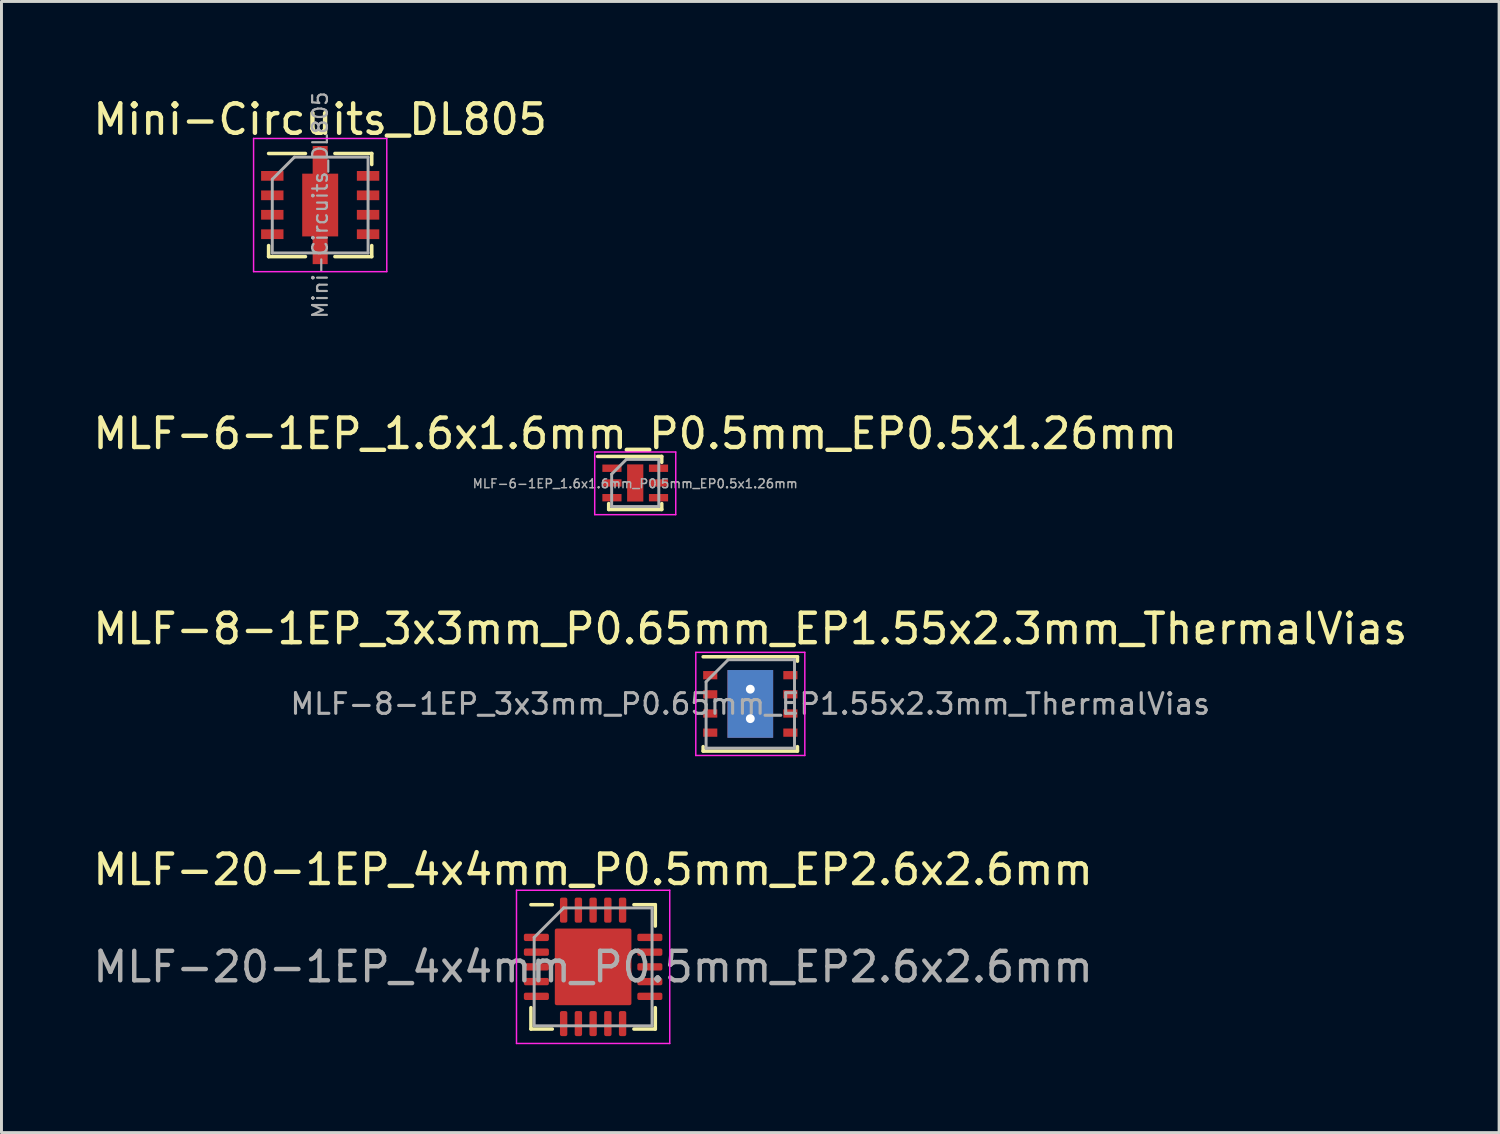
<source format=kicad_pcb>
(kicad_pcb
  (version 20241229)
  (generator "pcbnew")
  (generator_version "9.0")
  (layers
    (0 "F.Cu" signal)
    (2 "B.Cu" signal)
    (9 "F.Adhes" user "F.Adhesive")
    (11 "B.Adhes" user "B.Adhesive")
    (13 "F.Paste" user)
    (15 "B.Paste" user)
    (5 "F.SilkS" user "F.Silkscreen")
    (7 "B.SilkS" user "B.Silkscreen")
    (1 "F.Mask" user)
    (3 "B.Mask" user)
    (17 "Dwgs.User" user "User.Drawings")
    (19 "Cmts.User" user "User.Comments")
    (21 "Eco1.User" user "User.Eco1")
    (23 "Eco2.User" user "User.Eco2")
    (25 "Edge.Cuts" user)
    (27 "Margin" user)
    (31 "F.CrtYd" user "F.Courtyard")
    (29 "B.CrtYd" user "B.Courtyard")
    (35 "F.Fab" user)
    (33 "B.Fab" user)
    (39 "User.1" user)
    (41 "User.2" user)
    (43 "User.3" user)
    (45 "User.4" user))
  (footprint "MLF-6-1EP_1.6x1.6mm_P0.5mm_EP0.5x1.26mm"
    (layer "F.Cu")
    (at 18.506 13.339)
    (property "Reference" "MLF-6-1EP_1.6x1.6mm_P0.5mm_EP0.5x1.26mm" (at 0 -1.675 0) (layer "F.SilkS") (effects (font (size 1 1) (thickness 0.15))))
    (attr smd)
    (fp_line (start -0.9 0.9) (end -0.9 0.7) (stroke (width 0.12) (type solid)) (layer "F.SilkS"))
    (fp_line (start 0.9 -0.9) (end -1.275 -0.9) (stroke (width 0.12) (type solid)) (layer "F.SilkS"))
    (fp_line (start 0.9 -0.7) (end 0.9 -0.9) (stroke (width 0.12) (type solid)) (layer "F.SilkS"))
    (fp_line (start 0.9 0.9) (end -0.9 0.9) (stroke (width 0.12) (type solid)) (layer "F.SilkS"))
    (fp_line (start 0.9 0.9) (end 0.9 0.7) (stroke (width 0.12) (type solid)) (layer "F.SilkS"))
    (fp_line (start -1.375 -1.05) (end -1.375 1.075) (stroke (width 0.05) (type solid)) (layer "F.CrtYd"))
    (fp_line (start -1.375 1.075) (end 1.375 1.075) (stroke (width 0.05) (type solid)) (layer "F.CrtYd"))
    (fp_line (start 1.375 -1.05) (end -1.375 -1.05) (stroke (width 0.05) (type solid)) (layer "F.CrtYd"))
    (fp_line (start 1.375 -1.05) (end 1.375 1.075) (stroke (width 0.05) (type solid)) (layer "F.CrtYd"))
    (fp_line (start -0.8 -0.3) (end -0.8 0.8) (stroke (width 0.1) (type solid)) (layer "F.Fab"))
    (fp_line (start -0.8 0.8) (end 0.8 0.8) (stroke (width 0.1) (type solid)) (layer "F.Fab"))
    (fp_line (start -0.3 -0.8) (end -0.8 -0.3) (stroke (width 0.1) (type solid)) (layer "F.Fab"))
    (fp_line (start -0.3 -0.8) (end 0.8 -0.8) (stroke (width 0.1) (type solid)) (layer "F.Fab"))
    (fp_line (start 0.8 -0.8) (end 0.8 0.8) (stroke (width 0.1) (type solid)) (layer "F.Fab"))
    (fp_text user "${REFERENCE}" (at 0 0.025 0) (layer "F.Fab") (effects (font (size 0.3 0.3) (thickness 0.05))))
    (pad "1" smd rect (at -0.79 -0.5 90) (size 0.25 0.65) (layers "F.Cu" "F.Mask" "F.Paste"))
    (pad "2" smd rect (at -0.79 0 90) (size 0.25 0.65) (layers "F.Cu" "F.Mask" "F.Paste"))
    (pad "3" smd rect (at -0.79 0.5 90) (size 0.25 0.65) (layers "F.Cu" "F.Mask" "F.Paste"))
    (pad "4" smd rect (at 0.79 0.5 90) (size 0.25 0.65) (layers "F.Cu" "F.Mask" "F.Paste"))
    (pad "5" smd rect (at 0.79 0 90) (size 0.25 0.65) (layers "F.Cu" "F.Mask" "F.Paste"))
    (pad "6" smd rect (at 0.79 -0.5 90) (size 0.25 0.65) (layers "F.Cu" "F.Mask" "F.Paste"))
    (pad "7" smd rect (at 0 0 90) (size 1.26 0.55) (layers "F.Cu" "F.Mask" "F.Paste")))
  (footprint "Mini-Circuits_DL805"
    (layer "F.Cu")
    (at 7.815 3.908)
    (property "Reference" "Mini-Circuits_DL805" (at 0 -2.907 0) (layer "F.SilkS") (effects (font (size 1 1) (thickness 0.15))))
    (attr smd)
    (fp_line (start -1.75 1.75) (end -1.75 1.375) (stroke (width 0.12) (type solid)) (layer "F.SilkS"))
    (fp_line (start -0.5 -1.75) (end -1.75 -1.75) (stroke (width 0.12) (type solid)) (layer "F.SilkS"))
    (fp_line (start -0.5 1.75) (end -1.75 1.75) (stroke (width 0.12) (type solid)) (layer "F.SilkS"))
    (fp_line (start 0.5 -1.75) (end 1.75 -1.75) (stroke (width 0.12) (type solid)) (layer "F.SilkS"))
    (fp_line (start 1.75 -1.75) (end 1.75 -1.375) (stroke (width 0.12) (type solid)) (layer "F.SilkS"))
    (fp_line (start 1.75 1.375) (end 1.75 1.75) (stroke (width 0.12) (type solid)) (layer "F.SilkS"))
    (fp_line (start 1.75 1.75) (end 0.5 1.75) (stroke (width 0.12) (type solid)) (layer "F.SilkS"))
    (fp_line (start -2.26 -2.26) (end -2.26 2.26) (stroke (width 0.05) (type solid)) (layer "F.CrtYd"))
    (fp_line (start -2.26 2.26) (end 2.26 2.26) (stroke (width 0.05) (type solid)) (layer "F.CrtYd"))
    (fp_line (start 2.26 -2.26) (end -2.26 -2.26) (stroke (width 0.05) (type solid)) (layer "F.CrtYd"))
    (fp_line (start 2.26 2.26) (end 2.26 -2.26) (stroke (width 0.05) (type solid)) (layer "F.CrtYd"))
    (fp_line (start -1.625 -0.875) (end -0.875 -1.625) (stroke (width 0.1) (type solid)) (layer "F.Fab"))
    (fp_line (start -1.625 1.625) (end -1.625 -0.875) (stroke (width 0.1) (type solid)) (layer "F.Fab"))
    (fp_line (start -0.875 -1.625) (end 1.625 -1.625) (stroke (width 0.1) (type solid)) (layer "F.Fab"))
    (fp_line (start 1.625 -1.625) (end 1.625 1.625) (stroke (width 0.1) (type solid)) (layer "F.Fab"))
    (fp_line (start 1.625 1.625) (end -1.625 1.625) (stroke (width 0.1) (type solid)) (layer "F.Fab"))
    (fp_text user "${REFERENCE}" (at 0 0 270) (layer "F.Fab") (effects (font (size 0.5 0.5) (thickness 0.075))))
    (pad "1" smd rect (at -1.625 -0.99 270) (size 0.33 0.76) (layers "F.Cu" "F.Mask" "F.Paste"))
    (pad "2" smd rect (at -1.625 -0.33 270) (size 0.33 0.76) (layers "F.Cu" "F.Mask" "F.Paste"))
    (pad "3" smd rect (at -1.625 0.33 270) (size 0.33 0.76) (layers "F.Cu" "F.Mask" "F.Paste"))
    (pad "4" smd rect (at -1.625 0.99 270) (size 0.33 0.76) (layers "F.Cu" "F.Mask" "F.Paste"))
    (pad "5" smd rect (at 1.625 0.99 270) (size 0.33 0.76) (layers "F.Cu" "F.Mask" "F.Paste"))
    (pad "6" smd rect (at 1.625 0.33 270) (size 0.33 0.76) (layers "F.Cu" "F.Mask" "F.Paste"))
    (pad "7" smd rect (at 1.625 -0.33 270) (size 0.33 0.76) (layers "F.Cu" "F.Mask" "F.Paste"))
    (pad "8" smd rect (at 1.625 -0.99 270) (size 0.33 0.76) (layers "F.Cu" "F.Mask" "F.Paste"))
    (pad "9" smd custom (at 0 0) (size 1.22 2.13) (layers "F.Cu" "F.Mask" "F.Paste") (options (anchor rect)) (primitives (gr_poly (pts (xy -0.255 -2.005) (xy 0.255 -2.005) (xy 0.255 -1.065) (xy -0.255 -1.065)) (width 0) (fill yes)) (gr_poly (pts (xy -0.255 1.065) (xy 0.255 1.065) (xy 0.255 2.005) (xy -0.255 2.005)) (width 0) (fill yes)))))
  (footprint "MLF-8-1EP_3x3mm_P0.65mm_EP1.55x2.3mm_ThermalVias"
    (layer "F.Cu")
    (at 22.411 20.837)
    (property "Reference" "MLF-8-1EP_3x3mm_P0.65mm_EP1.55x2.3mm_ThermalVias" (at 0 -2.55 0) (layer "F.SilkS") (effects (font (size 1 1) (thickness 0.15))))
    (attr smd)
    (fp_line (start -1.6 -1.6) (end 1.6 -1.6) (stroke (width 0.12) (type solid)) (layer "F.SilkS"))
    (fp_line (start -1.6 1.6) (end -1.6 1.45) (stroke (width 0.12) (type solid)) (layer "F.SilkS"))
    (fp_line (start -1.6 1.6) (end 1.6 1.6) (stroke (width 0.12) (type solid)) (layer "F.SilkS"))
    (fp_line (start 1.6 -1.6) (end 1.6 -1.45) (stroke (width 0.12) (type solid)) (layer "F.SilkS"))
    (fp_line (start 1.6 1.6) (end 1.6 1.45) (stroke (width 0.12) (type solid)) (layer "F.SilkS"))
    (fp_line (start -1.85 -1.75) (end -1.85 1.75) (stroke (width 0.05) (type solid)) (layer "F.CrtYd"))
    (fp_line (start -1.85 -1.75) (end 1.85 -1.75) (stroke (width 0.05) (type solid)) (layer "F.CrtYd"))
    (fp_line (start -1.85 1.75) (end 1.85 1.75) (stroke (width 0.05) (type solid)) (layer "F.CrtYd"))
    (fp_line (start 1.85 -1.75) (end 1.85 1.75) (stroke (width 0.05) (type solid)) (layer "F.CrtYd"))
    (fp_line (start -1.5 -0.75) (end -0.75 -1.5) (stroke (width 0.1) (type solid)) (layer "F.Fab"))
    (fp_line (start -1.5 1.5) (end -1.5 -0.75) (stroke (width 0.1) (type solid)) (layer "F.Fab"))
    (fp_line (start -0.75 -1.5) (end 1.5 -1.5) (stroke (width 0.1) (type solid)) (layer "F.Fab"))
    (fp_line (start 1.5 -1.5) (end 1.5 1.5) (stroke (width 0.1) (type solid)) (layer "F.Fab"))
    (fp_line (start 1.5 1.5) (end -1.5 1.5) (stroke (width 0.1) (type solid)) (layer "F.Fab"))
    (fp_text user "${REFERENCE}" (at 0 0 0) (layer "F.Fab") (effects (font (size 0.7 0.7) (thickness 0.105))))
    (pad "" smd rect (at 0 -0.9) (size 1.5 0.4) (layers "F.Paste"))
    (pad "" smd rect (at 0 0) (size 1.5 0.4) (layers "F.Paste"))
    (pad "" smd rect (at 0 0.9) (size 1.5 0.4) (layers "F.Paste"))
    (pad "1" smd rect (at -1.36 -0.975) (size 0.48 0.28) (layers "F.Cu" "F.Mask" "F.Paste"))
    (pad "2" smd rect (at -1.36 -0.325) (size 0.48 0.28) (layers "F.Cu" "F.Mask" "F.Paste"))
    (pad "3" smd rect (at -1.36 0.325) (size 0.48 0.28) (layers "F.Cu" "F.Mask" "F.Paste"))
    (pad "4" smd rect (at -1.36 0.975) (size 0.48 0.28) (layers "F.Cu" "F.Mask" "F.Paste"))
    (pad "5" smd rect (at 1.36 0.975) (size 0.48 0.28) (layers "F.Cu" "F.Mask" "F.Paste"))
    (pad "6" smd rect (at 1.36 0.325) (size 0.48 0.28) (layers "F.Cu" "F.Mask" "F.Paste"))
    (pad "7" smd rect (at 1.36 -0.325) (size 0.48 0.28) (layers "F.Cu" "F.Mask" "F.Paste"))
    (pad "8" smd rect (at 1.36 -0.975) (size 0.48 0.28) (layers "F.Cu" "F.Mask" "F.Paste"))
    (pad "9" thru_hole circle (at 0 -0.5) (size 0.6 0.6) (drill 0.3) (layers "*.Cu" "*.Mask"))
    (pad "9" smd rect (at 0 0) (size 1.55 2.3) (layers "F.Cu" "F.Mask"))
    (pad "9" smd rect (at 0 0) (size 1.55 2.3) (layers "B.Cu"))
    (pad "9" thru_hole circle (at 0 0.5) (size 0.6 0.6) (drill 0.3) (layers "*.Cu" "*.Mask")))
  (footprint "MLF-20-1EP_4x4mm_P0.5mm_EP2.6x2.6mm"
    (layer "F.Cu")
    (at 17.077 29.76)
    (property "Reference" "MLF-20-1EP_4x4mm_P0.5mm_EP2.6x2.6mm" (at 0 -3.3 0) (layer "F.SilkS") (effects (font (size 1 1) (thickness 0.15))))
    (attr smd)
    (fp_line (start -2.11 2.11) (end -2.11 1.385) (stroke (width 0.12) (type solid)) (layer "F.SilkS"))
    (fp_line (start -1.385 -2.11) (end -2.11 -2.11) (stroke (width 0.12) (type solid)) (layer "F.SilkS"))
    (fp_line (start -1.385 2.11) (end -2.11 2.11) (stroke (width 0.12) (type solid)) (layer "F.SilkS"))
    (fp_line (start 1.385 -2.11) (end 2.11 -2.11) (stroke (width 0.12) (type solid)) (layer "F.SilkS"))
    (fp_line (start 1.385 2.11) (end 2.11 2.11) (stroke (width 0.12) (type solid)) (layer "F.SilkS"))
    (fp_line (start 2.11 -2.11) (end 2.11 -1.385) (stroke (width 0.12) (type solid)) (layer "F.SilkS"))
    (fp_line (start 2.11 2.11) (end 2.11 1.385) (stroke (width 0.12) (type solid)) (layer "F.SilkS"))
    (fp_line (start -2.6 -2.6) (end -2.6 2.6) (stroke (width 0.05) (type solid)) (layer "F.CrtYd"))
    (fp_line (start -2.6 2.6) (end 2.6 2.6) (stroke (width 0.05) (type solid)) (layer "F.CrtYd"))
    (fp_line (start 2.6 -2.6) (end -2.6 -2.6) (stroke (width 0.05) (type solid)) (layer "F.CrtYd"))
    (fp_line (start 2.6 2.6) (end 2.6 -2.6) (stroke (width 0.05) (type solid)) (layer "F.CrtYd"))
    (fp_line (start -2 -1) (end -1 -2) (stroke (width 0.1) (type solid)) (layer "F.Fab"))
    (fp_line (start -2 2) (end -2 -1) (stroke (width 0.1) (type solid)) (layer "F.Fab"))
    (fp_line (start -1 -2) (end 2 -2) (stroke (width 0.1) (type solid)) (layer "F.Fab"))
    (fp_line (start 2 -2) (end 2 2) (stroke (width 0.1) (type solid)) (layer "F.Fab"))
    (fp_line (start 2 2) (end -2 2) (stroke (width 0.1) (type solid)) (layer "F.Fab"))
    (fp_text user "${REFERENCE}" (at 0 0 0) (layer "F.Fab") (effects (font (size 1 1) (thickness 0.15))))
    (pad "" smd roundrect (at -0.65 -0.65) (size 1.05 1.05) (layers "F.Paste") (roundrect_rratio 0.238))
    (pad "" smd roundrect (at -0.65 0.65) (size 1.05 1.05) (layers "F.Paste") (roundrect_rratio 0.238))
    (pad "" smd roundrect (at 0.65 -0.65) (size 1.05 1.05) (layers "F.Paste") (roundrect_rratio 0.238))
    (pad "" smd roundrect (at 0.65 0.65) (size 1.05 1.05) (layers "F.Paste") (roundrect_rratio 0.238))
    (pad "1" smd roundrect (at -1.925 -1) (size 0.85 0.25) (layers "F.Cu" "F.Mask" "F.Paste") (roundrect_rratio 0.25))
    (pad "2" smd roundrect (at -1.925 -0.5) (size 0.85 0.25) (layers "F.Cu" "F.Mask" "F.Paste") (roundrect_rratio 0.25))
    (pad "3" smd roundrect (at -1.925 0) (size 0.85 0.25) (layers "F.Cu" "F.Mask" "F.Paste") (roundrect_rratio 0.25))
    (pad "4" smd roundrect (at -1.925 0.5) (size 0.85 0.25) (layers "F.Cu" "F.Mask" "F.Paste") (roundrect_rratio 0.25))
    (pad "5" smd roundrect (at -1.925 1) (size 0.85 0.25) (layers "F.Cu" "F.Mask" "F.Paste") (roundrect_rratio 0.25))
    (pad "6" smd roundrect (at -1 1.925) (size 0.25 0.85) (layers "F.Cu" "F.Mask" "F.Paste") (roundrect_rratio 0.25))
    (pad "7" smd roundrect (at -0.5 1.925) (size 0.25 0.85) (layers "F.Cu" "F.Mask" "F.Paste") (roundrect_rratio 0.25))
    (pad "8" smd roundrect (at 0 1.925) (size 0.25 0.85) (layers "F.Cu" "F.Mask" "F.Paste") (roundrect_rratio 0.25))
    (pad "9" smd roundrect (at 0.5 1.925) (size 0.25 0.85) (layers "F.Cu" "F.Mask" "F.Paste") (roundrect_rratio 0.25))
    (pad "10" smd roundrect (at 1 1.925) (size 0.25 0.85) (layers "F.Cu" "F.Mask" "F.Paste") (roundrect_rratio 0.25))
    (pad "11" smd roundrect (at 1.925 1) (size 0.85 0.25) (layers "F.Cu" "F.Mask" "F.Paste") (roundrect_rratio 0.25))
    (pad "12" smd roundrect (at 1.925 0.5) (size 0.85 0.25) (layers "F.Cu" "F.Mask" "F.Paste") (roundrect_rratio 0.25))
    (pad "13" smd roundrect (at 1.925 0) (size 0.85 0.25) (layers "F.Cu" "F.Mask" "F.Paste") (roundrect_rratio 0.25))
    (pad "14" smd roundrect (at 1.925 -0.5) (size 0.85 0.25) (layers "F.Cu" "F.Mask" "F.Paste") (roundrect_rratio 0.25))
    (pad "15" smd roundrect (at 1.925 -1) (size 0.85 0.25) (layers "F.Cu" "F.Mask" "F.Paste") (roundrect_rratio 0.25))
    (pad "16" smd roundrect (at 1 -1.925) (size 0.25 0.85) (layers "F.Cu" "F.Mask" "F.Paste") (roundrect_rratio 0.25))
    (pad "17" smd roundrect (at 0.5 -1.925) (size 0.25 0.85) (layers "F.Cu" "F.Mask" "F.Paste") (roundrect_rratio 0.25))
    (pad "18" smd roundrect (at 0 -1.925) (size 0.25 0.85) (layers "F.Cu" "F.Mask" "F.Paste") (roundrect_rratio 0.25))
    (pad "19" smd roundrect (at -0.5 -1.925) (size 0.25 0.85) (layers "F.Cu" "F.Mask" "F.Paste") (roundrect_rratio 0.25))
    (pad "20" smd roundrect (at -1 -1.925) (size 0.25 0.85) (layers "F.Cu" "F.Mask" "F.Paste") (roundrect_rratio 0.25))
    (pad "21" smd roundrect (at 0 0) (size 2.6 2.6) (layers "F.Cu" "F.Mask") (roundrect_rratio 0.024)))
  (gr_rect
    (start -3 -3)
    (end 47.821 35.385)
    (stroke (width 0.1) (type default))
    (fill no)
    (layer "Edge.Cuts")))
</source>
